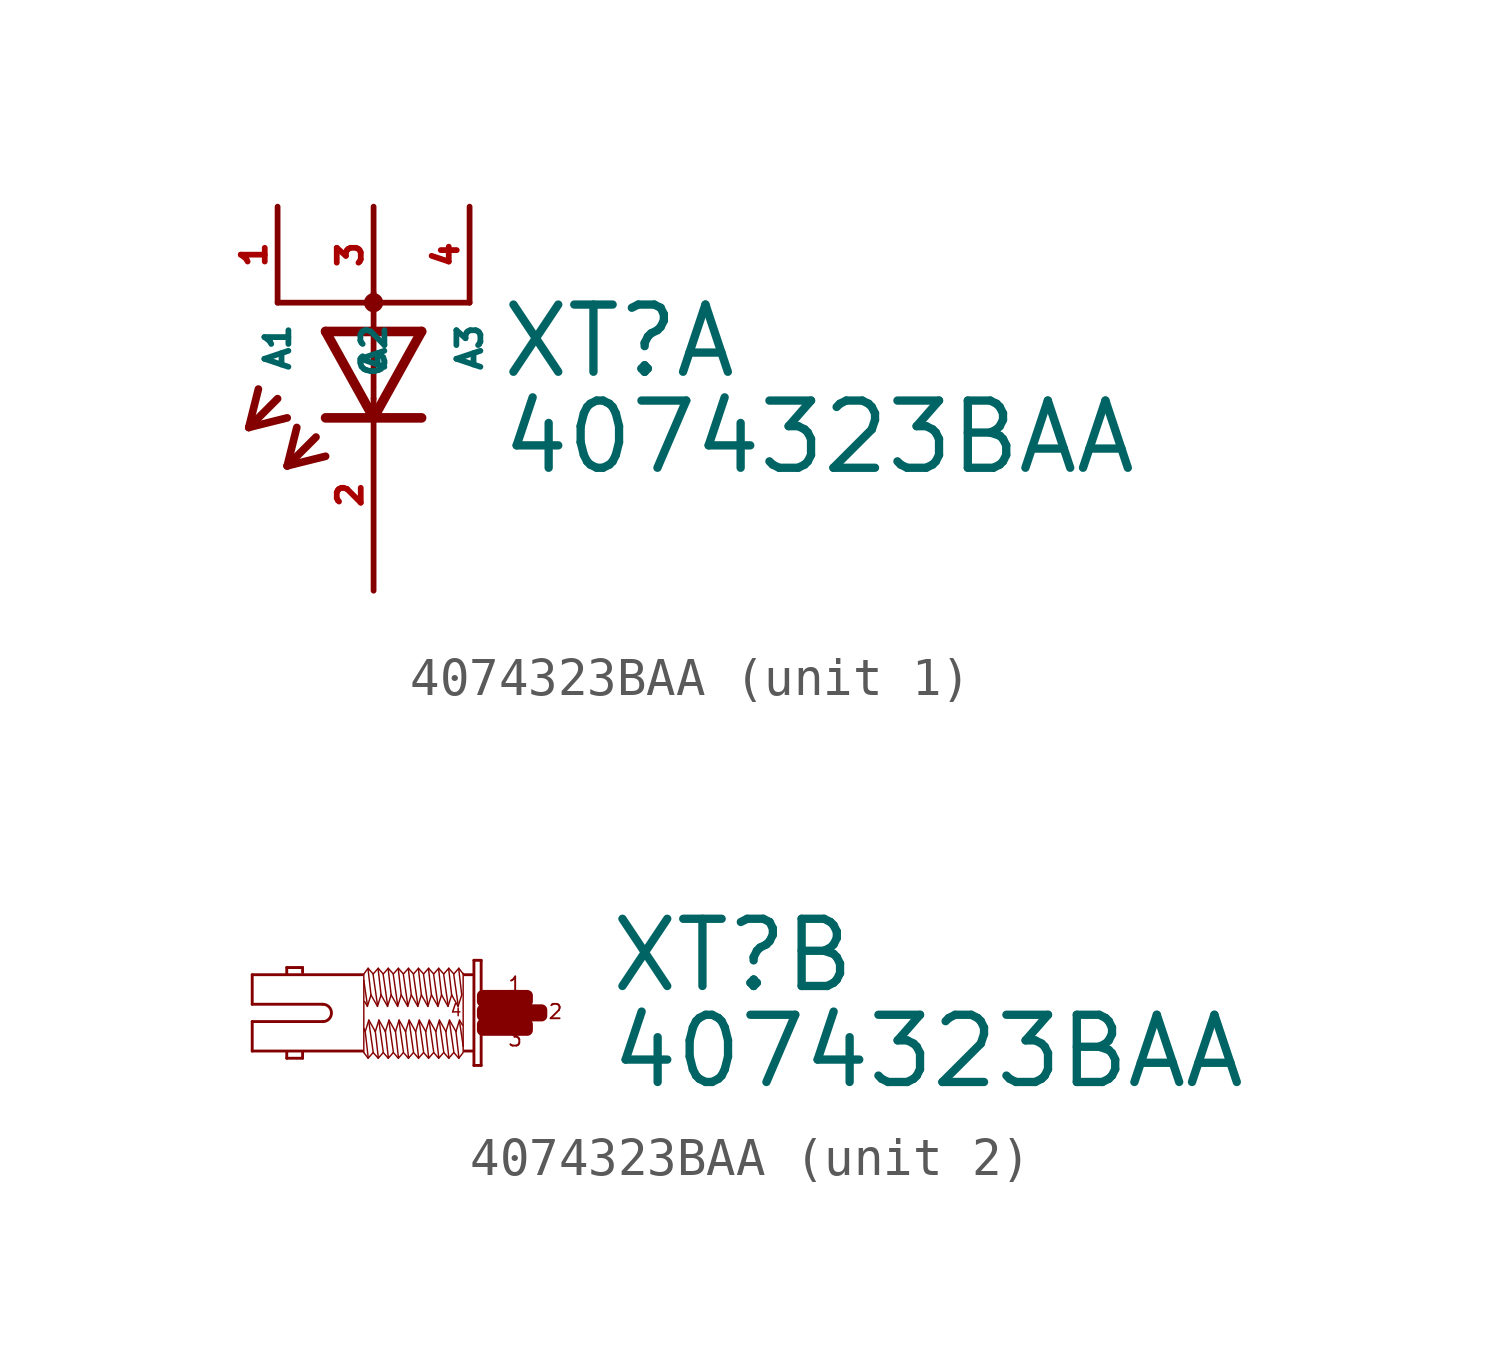
<source format=kicad_sym>
(kicad_symbol_lib
  (version 20220914)
  (generator Eagle2Kicad)
  (symbol "4074323BAA"
    (property "Reference" "XT"
      (at 3.302 0.483 0)
      (effects (font (size 1.778 1.778) (thickness 0.22)) (justify left bottom)))
    (property "Value" "4074323BAA"
      (at 3.302 -2.057 0)
      (effects (font (size 1.778 1.778) (thickness 0.22)) (justify left bottom)))
    (symbol "4074323BAA_1_0"
      (polyline (pts (xy -1.27 1.778) (xy 0 -0.508)) (stroke (width 0.254) (type default)) (fill (type none)))
      (polyline (pts (xy 0 -0.508) (xy 1.27 1.778)) (stroke (width 0.254) (type default)) (fill (type none)))
      (polyline (pts (xy 1.27 -0.508) (xy 0 -0.508)) (stroke (width 0.254) (type default)) (fill (type none)))
      (polyline (pts (xy 1.27 1.778) (xy -1.27 1.778)) (stroke (width 0.254) (type default)) (fill (type none)))
      (polyline (pts (xy 0 -0.508) (xy -1.27 -0.508)) (stroke (width 0.254) (type default)) (fill (type none)))
      (polyline (pts (xy -2.54 0) (xy -3.302 -0.762)) (stroke (width 0.203) (type default)) (fill (type none)))
      (polyline (pts (xy -3.302 -0.762) (xy -2.286 -0.508)) (stroke (width 0.203) (type default)) (fill (type none)))
      (polyline (pts (xy -3.302 -0.762) (xy -3.048 0.254)) (stroke (width 0.203) (type default)) (fill (type none)))
      (polyline (pts (xy -1.524 -1.016) (xy -2.286 -1.778)) (stroke (width 0.203) (type default)) (fill (type none)))
      (polyline (pts (xy -2.286 -1.778) (xy -1.27 -1.524)) (stroke (width 0.203) (type default)) (fill (type none)))
      (polyline (pts (xy -2.286 -1.778) (xy -2.032 -0.762)) (stroke (width 0.203) (type default)) (fill (type none)))
      (polyline (pts (xy 2.54 2.54) (xy 0 2.54)) (stroke (width 0.152) (type default)) (fill (type none)))
      (polyline (pts (xy 0 2.54) (xy -2.54 2.54)) (stroke (width 0.152) (type default)) (fill (type none)))
      (polyline (pts (xy 0 2.54) (xy 0 2.794)) (stroke (width 0.152) (type default)) (fill (type none)))
      (polyline (pts (xy 0 2.54) (xy 0 0)) (stroke (width 0.152) (type default)) (fill (type none)))
      (circle (center 0 2.54) (radius 0.127) (stroke (width 0.254) (type default)) (fill (type none)))
      (pin passive line (at 0 -5.08 90) (length 5.08) (name "C" (effects (font (size 0.635 0.635) (thickness 0.08)) (justify left bottom))) (number "2" (effects (font (size 0.635 0.635) (thickness 0.08)) (justify left bottom))))
      (pin passive line (at 0 5.08 270) (length 2.54) (name "A2" (effects (font (size 0.635 0.635) (thickness 0.08)) (justify left bottom))) (number "3" (effects (font (size 0.635 0.635) (thickness 0.08)) (justify left bottom))))
      (pin passive line (at 2.54 5.08 270) (length 2.54) (name "A3" (effects (font (size 0.635 0.635) (thickness 0.08)) (justify left bottom))) (number "4" (effects (font (size 0.635 0.635) (thickness 0.08)) (justify left bottom))))
      (pin passive line (at -2.54 5.08 270) (length 2.54) (name "A1" (effects (font (size 0.635 0.635) (thickness 0.08)) (justify left bottom))) (number "1" (effects (font (size 0.635 0.635) (thickness 0.08)) (justify left bottom)))))
    (symbol "4074323BAA_2_0"
      (polyline (pts (xy -0.038 1.391) (xy -0.038 -1.391)) (stroke (width 0.076) (type default)) (fill (type none)))
      (polyline (pts (xy -0.038 -1.391) (xy -0.229 -1.391)) (stroke (width 0.076) (type default)) (fill (type none)))
      (polyline (pts (xy -0.229 -1.391) (xy -0.229 1.391)) (stroke (width 0.076) (type default)) (fill (type none)))
      (polyline (pts (xy -0.229 1.391) (xy -0.038 1.391)) (stroke (width 0.076) (type default)) (fill (type none)))
      (polyline (pts (xy -0.267 1.01) (xy -0.476 1.01)) (stroke (width 0.076) (type default)) (fill (type none)))
      (polyline (pts (xy -0.267 -1.01) (xy -0.476 -1.01)) (stroke (width 0.076) (type default)) (fill (type none)))
      (polyline (pts (xy -3.181 -1.01) (xy -6.096 -1.01)) (stroke (width 0.076) (type default)) (fill (type none)))
      (polyline (pts (xy -6.096 -1.01) (xy -6.096 -0.229)) (stroke (width 0.076) (type default)) (fill (type none)))
      (polyline (pts (xy -6.096 -0.229) (xy -4.229 -0.229)) (stroke (width 0.076) (type default)) (fill (type none)))
      (polyline (pts (xy -4.229 0.229) (xy -6.096 0.229)) (stroke (width 0.076) (type default)) (fill (type none)))
      (polyline (pts (xy -6.096 0.229) (xy -6.096 1.01)) (stroke (width 0.076) (type default)) (fill (type none)))
      (polyline (pts (xy -6.096 1.01) (xy -3.181 1.01)) (stroke (width 0.076) (type default)) (fill (type none)))
      (polyline (pts (xy -4.763 -1.029) (xy -4.763 -1.2)) (stroke (width 0.076) (type default)) (fill (type none)))
      (polyline (pts (xy -4.763 -1.2) (xy -5.182 -1.2)) (stroke (width 0.076) (type default)) (fill (type none)))
      (polyline (pts (xy -5.182 -1.2) (xy -5.182 -1.048)) (stroke (width 0.076) (type default)) (fill (type none)))
      (polyline (pts (xy -4.763 1.067) (xy -4.763 1.2)) (stroke (width 0.076) (type default)) (fill (type none)))
      (polyline (pts (xy -4.763 1.2) (xy -5.182 1.2)) (stroke (width 0.076) (type default)) (fill (type none)))
      (polyline (pts (xy -5.182 1.2) (xy -5.182 1.048)) (stroke (width 0.076) (type default)) (fill (type none)))
      (polyline (pts (xy -0.514 -1.048) (xy -0.629 -1.2)) (stroke (width 0.038) (type default)) (fill (type none)))
      (polyline (pts (xy -0.629 -1.2) (xy -0.762 -1.048)) (stroke (width 0.038) (type default)) (fill (type none)))
      (polyline (pts (xy -0.762 -1.048) (xy -0.895 -1.2)) (stroke (width 0.038) (type default)) (fill (type none)))
      (polyline (pts (xy -0.895 -1.2) (xy -1.029 -1.048)) (stroke (width 0.038) (type default)) (fill (type none)))
      (polyline (pts (xy -1.029 -1.048) (xy -1.162 -1.2)) (stroke (width 0.038) (type default)) (fill (type none)))
      (polyline (pts (xy -1.162 -1.2) (xy -1.295 -1.048)) (stroke (width 0.038) (type default)) (fill (type none)))
      (polyline (pts (xy -1.295 -1.048) (xy -1.429 -1.2)) (stroke (width 0.038) (type default)) (fill (type none)))
      (polyline (pts (xy -1.429 -1.2) (xy -1.562 -1.048)) (stroke (width 0.038) (type default)) (fill (type none)))
      (polyline (pts (xy -1.562 -1.048) (xy -1.696 -1.2)) (stroke (width 0.038) (type default)) (fill (type none)))
      (polyline (pts (xy -1.696 -1.2) (xy -1.829 -1.048)) (stroke (width 0.038) (type default)) (fill (type none)))
      (polyline (pts (xy -1.829 -1.048) (xy -1.962 -1.2)) (stroke (width 0.038) (type default)) (fill (type none)))
      (polyline (pts (xy -1.962 -1.2) (xy -2.095 -1.048)) (stroke (width 0.038) (type default)) (fill (type none)))
      (polyline (pts (xy -2.095 -1.048) (xy -2.229 -1.2)) (stroke (width 0.038) (type default)) (fill (type none)))
      (polyline (pts (xy -2.229 -1.2) (xy -2.362 -1.048)) (stroke (width 0.038) (type default)) (fill (type none)))
      (polyline (pts (xy -2.362 -1.048) (xy -2.496 -1.2)) (stroke (width 0.038) (type default)) (fill (type none)))
      (polyline (pts (xy -2.496 -1.2) (xy -2.629 -1.048)) (stroke (width 0.038) (type default)) (fill (type none)))
      (polyline (pts (xy -2.629 -1.048) (xy -2.762 -1.2)) (stroke (width 0.038) (type default)) (fill (type none)))
      (polyline (pts (xy -2.762 -1.2) (xy -2.896 -1.048)) (stroke (width 0.038) (type default)) (fill (type none)))
      (polyline (pts (xy -2.896 -1.048) (xy -3.029 -1.2)) (stroke (width 0.038) (type default)) (fill (type none)))
      (polyline (pts (xy -3.029 -1.2) (xy -3.143 -1.048)) (stroke (width 0.038) (type default)) (fill (type none)))
      (polyline (pts (xy -3.143 -1.048) (xy -3.143 -0.419)) (stroke (width 0.038) (type default)) (fill (type none)))
      (polyline (pts (xy -3.143 -0.419) (xy -3.143 0.857)) (stroke (width 0.038) (type default)) (fill (type none)))
      (polyline (pts (xy -3.143 0.857) (xy -3.143 1.029)) (stroke (width 0.038) (type default)) (fill (type none)))
      (polyline (pts (xy -0.514 1.048) (xy -0.514 1.029)) (stroke (width 0.038) (type default)) (fill (type none)))
      (polyline (pts (xy -0.514 1.029) (xy -0.514 -0.876)) (stroke (width 0.038) (type default)) (fill (type none)))
      (polyline (pts (xy -0.514 -0.876) (xy -0.514 -1.029)) (stroke (width 0.038) (type default)) (fill (type none)))
      (polyline (pts (xy -0.533 -0.324) (xy -0.61 -0.191)) (stroke (width 0.038) (type default)) (fill (type none)))
      (polyline (pts (xy -0.61 -0.191) (xy -0.705 -0.495)) (stroke (width 0.038) (type default)) (fill (type none)))
      (polyline (pts (xy -0.705 -0.495) (xy -0.876 -0.191)) (stroke (width 0.038) (type default)) (fill (type none)))
      (polyline (pts (xy -0.876 -0.191) (xy -0.972 -0.495)) (stroke (width 0.038) (type default)) (fill (type none)))
      (polyline (pts (xy -0.972 -0.495) (xy -1.143 -0.191)) (stroke (width 0.038) (type default)) (fill (type none)))
      (polyline (pts (xy -1.143 -0.191) (xy -1.238 -0.495)) (stroke (width 0.038) (type default)) (fill (type none)))
      (polyline (pts (xy -1.238 -0.495) (xy -1.41 -0.191)) (stroke (width 0.038) (type default)) (fill (type none)))
      (polyline (pts (xy -1.41 -0.191) (xy -1.505 -0.495)) (stroke (width 0.038) (type default)) (fill (type none)))
      (polyline (pts (xy -1.505 -0.495) (xy -1.676 -0.191)) (stroke (width 0.038) (type default)) (fill (type none)))
      (polyline (pts (xy -1.676 -0.191) (xy -1.772 -0.495)) (stroke (width 0.038) (type default)) (fill (type none)))
      (polyline (pts (xy -1.772 -0.495) (xy -1.943 -0.191)) (stroke (width 0.038) (type default)) (fill (type none)))
      (polyline (pts (xy -1.943 -0.191) (xy -2.038 -0.495)) (stroke (width 0.038) (type default)) (fill (type none)))
      (polyline (pts (xy -2.038 -0.495) (xy -2.21 -0.191)) (stroke (width 0.038) (type default)) (fill (type none)))
      (polyline (pts (xy -2.21 -0.191) (xy -2.305 -0.495)) (stroke (width 0.038) (type default)) (fill (type none)))
      (polyline (pts (xy -2.305 -0.495) (xy -2.477 -0.191)) (stroke (width 0.038) (type default)) (fill (type none)))
      (polyline (pts (xy -2.477 -0.191) (xy -2.572 -0.495)) (stroke (width 0.038) (type default)) (fill (type none)))
      (polyline (pts (xy -2.572 -0.495) (xy -2.743 -0.191)) (stroke (width 0.038) (type default)) (fill (type none)))
      (polyline (pts (xy -2.743 -0.191) (xy -2.838 -0.495)) (stroke (width 0.038) (type default)) (fill (type none)))
      (polyline (pts (xy -2.838 -0.495) (xy -3.01 -0.191)) (stroke (width 0.038) (type default)) (fill (type none)))
      (polyline (pts (xy -3.01 -0.191) (xy -3.105 -0.495)) (stroke (width 0.038) (type default)) (fill (type none)))
      (polyline (pts (xy -3.105 -0.495) (xy -3.143 -0.419)) (stroke (width 0.038) (type default)) (fill (type none)))
      (polyline (pts (xy -3.029 -1.162) (xy -3.105 -0.495)) (stroke (width 0.038) (type default)) (fill (type none)))
      (polyline (pts (xy -2.896 -1.029) (xy -3.01 -0.229)) (stroke (width 0.038) (type default)) (fill (type none)))
      (polyline (pts (xy -2.762 -1.162) (xy -2.838 -0.495)) (stroke (width 0.038) (type default)) (fill (type none)))
      (polyline (pts (xy -2.629 -1.029) (xy -2.743 -0.229)) (stroke (width 0.038) (type default)) (fill (type none)))
      (polyline (pts (xy -2.496 -1.162) (xy -2.572 -0.495)) (stroke (width 0.038) (type default)) (fill (type none)))
      (polyline (pts (xy -2.362 -1.029) (xy -2.477 -0.229)) (stroke (width 0.038) (type default)) (fill (type none)))
      (polyline (pts (xy -2.229 -1.162) (xy -2.305 -0.495)) (stroke (width 0.038) (type default)) (fill (type none)))
      (polyline (pts (xy -2.095 -1.029) (xy -2.21 -0.229)) (stroke (width 0.038) (type default)) (fill (type none)))
      (polyline (pts (xy -1.962 -1.162) (xy -2.038 -0.495)) (stroke (width 0.038) (type default)) (fill (type none)))
      (polyline (pts (xy -1.829 -1.029) (xy -1.943 -0.229)) (stroke (width 0.038) (type default)) (fill (type none)))
      (polyline (pts (xy -1.696 -1.162) (xy -1.772 -0.495)) (stroke (width 0.038) (type default)) (fill (type none)))
      (polyline (pts (xy -1.562 -1.029) (xy -1.676 -0.229)) (stroke (width 0.038) (type default)) (fill (type none)))
      (polyline (pts (xy -1.429 -1.162) (xy -1.505 -0.495)) (stroke (width 0.038) (type default)) (fill (type none)))
      (polyline (pts (xy -1.295 -1.029) (xy -1.41 -0.229)) (stroke (width 0.038) (type default)) (fill (type none)))
      (polyline (pts (xy -1.162 -1.162) (xy -1.238 -0.495)) (stroke (width 0.038) (type default)) (fill (type none)))
      (polyline (pts (xy -1.029 -1.029) (xy -1.143 -0.229)) (stroke (width 0.038) (type default)) (fill (type none)))
      (polyline (pts (xy -0.895 -1.162) (xy -0.972 -0.495)) (stroke (width 0.038) (type default)) (fill (type none)))
      (polyline (pts (xy -0.762 -1.029) (xy -0.876 -0.229)) (stroke (width 0.038) (type default)) (fill (type none)))
      (polyline (pts (xy -0.629 -1.162) (xy -0.705 -0.495)) (stroke (width 0.038) (type default)) (fill (type none)))
      (polyline (pts (xy -0.514 -0.876) (xy -0.61 -0.229)) (stroke (width 0.038) (type default)) (fill (type none)))
      (polyline (pts (xy -3.143 1.029) (xy -3.029 1.181)) (stroke (width 0.038) (type default)) (fill (type none)))
      (polyline (pts (xy -3.029 1.181) (xy -2.896 1.029)) (stroke (width 0.038) (type default)) (fill (type none)))
      (polyline (pts (xy -2.896 1.029) (xy -2.762 1.181)) (stroke (width 0.038) (type default)) (fill (type none)))
      (polyline (pts (xy -2.762 1.181) (xy -2.629 1.029)) (stroke (width 0.038) (type default)) (fill (type none)))
      (polyline (pts (xy -2.629 1.029) (xy -2.496 1.181)) (stroke (width 0.038) (type default)) (fill (type none)))
      (polyline (pts (xy -2.496 1.181) (xy -2.362 1.029)) (stroke (width 0.038) (type default)) (fill (type none)))
      (polyline (pts (xy -2.362 1.029) (xy -2.229 1.181)) (stroke (width 0.038) (type default)) (fill (type none)))
      (polyline (pts (xy -2.229 1.181) (xy -2.095 1.029)) (stroke (width 0.038) (type default)) (fill (type none)))
      (polyline (pts (xy -2.095 1.029) (xy -1.962 1.181)) (stroke (width 0.038) (type default)) (fill (type none)))
      (polyline (pts (xy -1.962 1.181) (xy -1.829 1.029)) (stroke (width 0.038) (type default)) (fill (type none)))
      (polyline (pts (xy -1.829 1.029) (xy -1.696 1.181)) (stroke (width 0.038) (type default)) (fill (type none)))
      (polyline (pts (xy -1.696 1.181) (xy -1.562 1.029)) (stroke (width 0.038) (type default)) (fill (type none)))
      (polyline (pts (xy -1.562 1.029) (xy -1.429 1.181)) (stroke (width 0.038) (type default)) (fill (type none)))
      (polyline (pts (xy -1.429 1.181) (xy -1.295 1.029)) (stroke (width 0.038) (type default)) (fill (type none)))
      (polyline (pts (xy -1.295 1.029) (xy -1.162 1.181)) (stroke (width 0.038) (type default)) (fill (type none)))
      (polyline (pts (xy -1.162 1.181) (xy -1.029 1.029)) (stroke (width 0.038) (type default)) (fill (type none)))
      (polyline (pts (xy -1.029 1.029) (xy -0.895 1.181)) (stroke (width 0.038) (type default)) (fill (type none)))
      (polyline (pts (xy -0.895 1.181) (xy -0.762 1.029)) (stroke (width 0.038) (type default)) (fill (type none)))
      (polyline (pts (xy -0.762 1.029) (xy -0.629 1.181)) (stroke (width 0.038) (type default)) (fill (type none)))
      (polyline (pts (xy -0.629 1.181) (xy -0.514 1.029)) (stroke (width 0.038) (type default)) (fill (type none)))
      (polyline (pts (xy -3.124 0.305) (xy -3.048 0.172)) (stroke (width 0.038) (type default)) (fill (type none)))
      (polyline (pts (xy -3.048 0.172) (xy -2.953 0.476)) (stroke (width 0.038) (type default)) (fill (type none)))
      (polyline (pts (xy -2.953 0.476) (xy -2.781 0.172)) (stroke (width 0.038) (type default)) (fill (type none)))
      (polyline (pts (xy -2.781 0.172) (xy -2.686 0.476)) (stroke (width 0.038) (type default)) (fill (type none)))
      (polyline (pts (xy -2.686 0.476) (xy -2.515 0.172)) (stroke (width 0.038) (type default)) (fill (type none)))
      (polyline (pts (xy -2.515 0.172) (xy -2.419 0.476)) (stroke (width 0.038) (type default)) (fill (type none)))
      (polyline (pts (xy -2.419 0.476) (xy -2.248 0.172)) (stroke (width 0.038) (type default)) (fill (type none)))
      (polyline (pts (xy -2.248 0.172) (xy -2.153 0.476)) (stroke (width 0.038) (type default)) (fill (type none)))
      (polyline (pts (xy -2.153 0.476) (xy -1.981 0.172)) (stroke (width 0.038) (type default)) (fill (type none)))
      (polyline (pts (xy -1.981 0.172) (xy -1.886 0.476)) (stroke (width 0.038) (type default)) (fill (type none)))
      (polyline (pts (xy -1.886 0.476) (xy -1.714 0.172)) (stroke (width 0.038) (type default)) (fill (type none)))
      (polyline (pts (xy -1.714 0.172) (xy -1.619 0.476)) (stroke (width 0.038) (type default)) (fill (type none)))
      (polyline (pts (xy -1.619 0.476) (xy -1.448 0.172)) (stroke (width 0.038) (type default)) (fill (type none)))
      (polyline (pts (xy -1.448 0.172) (xy -1.353 0.476)) (stroke (width 0.038) (type default)) (fill (type none)))
      (polyline (pts (xy -1.353 0.476) (xy -1.181 0.172)) (stroke (width 0.038) (type default)) (fill (type none)))
      (polyline (pts (xy -1.181 0.172) (xy -1.086 0.476)) (stroke (width 0.038) (type default)) (fill (type none)))
      (polyline (pts (xy -1.086 0.476) (xy -0.914 0.172)) (stroke (width 0.038) (type default)) (fill (type none)))
      (polyline (pts (xy -0.914 0.172) (xy -0.819 0.476)) (stroke (width 0.038) (type default)) (fill (type none)))
      (polyline (pts (xy -0.819 0.476) (xy -0.648 0.172)) (stroke (width 0.038) (type default)) (fill (type none)))
      (polyline (pts (xy -0.648 0.172) (xy -0.552 0.476)) (stroke (width 0.038) (type default)) (fill (type none)))
      (polyline (pts (xy -0.629 1.143) (xy -0.552 0.476)) (stroke (width 0.038) (type default)) (fill (type none)))
      (polyline (pts (xy -0.762 1.01) (xy -0.648 0.21)) (stroke (width 0.038) (type default)) (fill (type none)))
      (polyline (pts (xy -0.895 1.143) (xy -0.819 0.476)) (stroke (width 0.038) (type default)) (fill (type none)))
      (polyline (pts (xy -1.029 1.01) (xy -0.914 0.21)) (stroke (width 0.038) (type default)) (fill (type none)))
      (polyline (pts (xy -1.162 1.143) (xy -1.086 0.476)) (stroke (width 0.038) (type default)) (fill (type none)))
      (polyline (pts (xy -1.295 1.01) (xy -1.181 0.21)) (stroke (width 0.038) (type default)) (fill (type none)))
      (polyline (pts (xy -1.429 1.143) (xy -1.353 0.476)) (stroke (width 0.038) (type default)) (fill (type none)))
      (polyline (pts (xy -1.562 1.01) (xy -1.448 0.21)) (stroke (width 0.038) (type default)) (fill (type none)))
      (polyline (pts (xy -1.696 1.143) (xy -1.619 0.476)) (stroke (width 0.038) (type default)) (fill (type none)))
      (polyline (pts (xy -1.829 1.01) (xy -1.714 0.21)) (stroke (width 0.038) (type default)) (fill (type none)))
      (polyline (pts (xy -1.962 1.143) (xy -1.886 0.476)) (stroke (width 0.038) (type default)) (fill (type none)))
      (polyline (pts (xy -2.095 1.01) (xy -1.981 0.21)) (stroke (width 0.038) (type default)) (fill (type none)))
      (polyline (pts (xy -2.229 1.143) (xy -2.153 0.476)) (stroke (width 0.038) (type default)) (fill (type none)))
      (polyline (pts (xy -2.362 1.01) (xy -2.248 0.21)) (stroke (width 0.038) (type default)) (fill (type none)))
      (polyline (pts (xy -2.496 1.143) (xy -2.419 0.476)) (stroke (width 0.038) (type default)) (fill (type none)))
      (polyline (pts (xy -2.629 1.01) (xy -2.515 0.21)) (stroke (width 0.038) (type default)) (fill (type none)))
      (polyline (pts (xy -2.762 1.143) (xy -2.686 0.476)) (stroke (width 0.038) (type default)) (fill (type none)))
      (polyline (pts (xy -2.896 1.01) (xy -2.781 0.21)) (stroke (width 0.038) (type default)) (fill (type none)))
      (polyline (pts (xy -3.029 1.143) (xy -2.953 0.476)) (stroke (width 0.038) (type default)) (fill (type none)))
      (polyline (pts (xy -3.143 0.857) (xy -3.048 0.21)) (stroke (width 0.038) (type default)) (fill (type none)))
      (arc (start -4.2291 -0.2286) (mid -4.001 0.000) (end -4.2291 0.2286) (stroke (width 0.0762) (type default)) (fill (type none)))
      (text "1" (at 0.648 0.533 0) (effects (font (size 0.381 0.381) (thickness 0.05)) (justify left bottom)))
      (text "3" (at 0.648 -0.914 0) (effects (font (size 0.381 0.381) (thickness 0.05)) (justify left bottom)))
      (text "2" (at 1.714 -0.191 0) (effects (font (size 0.381 0.381) (thickness 0.05)) (justify left bottom)))
      (text "4" (at -0.876 -0.114 0) (effects (font (size 0.305 0.305) (thickness 0.04)) (justify left bottom)))
      (rectangle (start 0.762 -0.076) (end 1.562 0.076) (stroke (width 0.3) (type default)) (fill (type outline)))
      (rectangle (start 0 -0.076) (end 0.495 0.076) (stroke (width 0.3) (type default)) (fill (type outline)))
      (rectangle (start 0 0.305) (end 0.876 0.457) (stroke (width 0.3) (type default)) (fill (type outline)))
      (rectangle (start 0 -0.457) (end 0.876 -0.305) (stroke (width 0.3) (type default)) (fill (type outline)))
      (rectangle (start 0.838 -0.457) (end 1.181 -0.305) (stroke (width 0.3) (type default)) (fill (type outline)))
      (rectangle (start 0.457 -0.076) (end 0.8 0.076) (stroke (width 0.3) (type default)) (fill (type outline)))
      (rectangle (start 0.838 0.305) (end 1.181 0.457) (stroke (width 0.3) (type default)) (fill (type outline))))))
</source>
